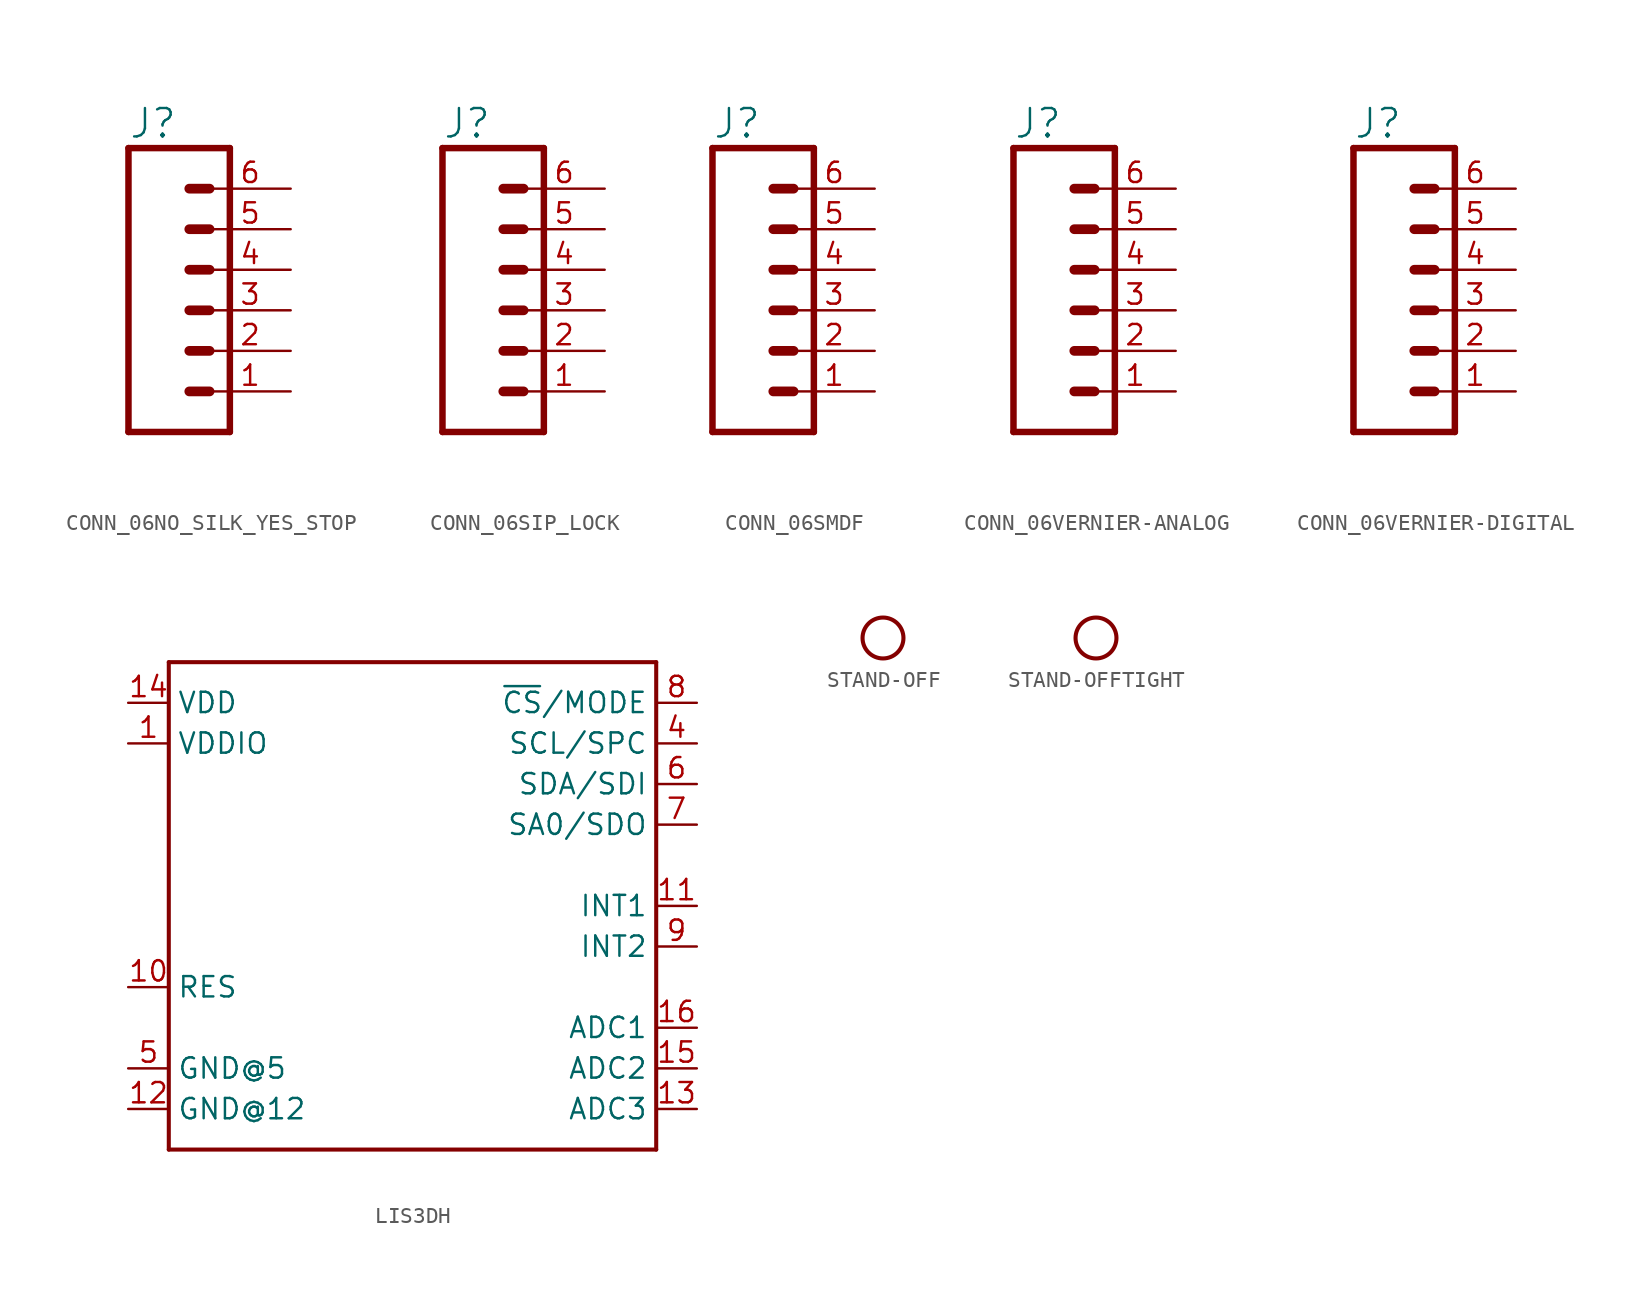
<source format=kicad_sym>
(kicad_symbol_lib
  (version 20220914)
  (generator kicad_symbol_editor)
  (symbol "CONN_06NO_SILK_YES_STOP"
    (property "Reference" "J"
      (at -5.08 10.668 0)
      (effects (font (size 1.778 1.778)) (justify left bottom)))
    (property "Value" ""
      (at -5.08 -9.906 0)
      (effects (font (size 1.778 1.778)) (justify left bottom)))
    (property "ki_locked" ""
      (at 0 0 0)
      (effects (font (size 1.27 1.27))))
    (symbol "CONN_06NO_SILK_YES_STOP_1_0"
      (polyline (pts (xy -5.08 10.16) (xy -5.08 -7.62)) (stroke (width 0.406) (type solid)) (fill (type none)))
      (polyline (pts (xy -5.08 10.16) (xy 1.27 10.16)) (stroke (width 0.406) (type solid)) (fill (type none)))
      (polyline (pts (xy -1.27 -5.08) (xy 0 -5.08)) (stroke (width 0.61) (type solid)) (fill (type none)))
      (polyline (pts (xy -1.27 -2.54) (xy 0 -2.54)) (stroke (width 0.61) (type solid)) (fill (type none)))
      (polyline (pts (xy -1.27 0) (xy 0 0)) (stroke (width 0.61) (type solid)) (fill (type none)))
      (polyline (pts (xy -1.27 2.54) (xy 0 2.54)) (stroke (width 0.61) (type solid)) (fill (type none)))
      (polyline (pts (xy -1.27 5.08) (xy 0 5.08)) (stroke (width 0.61) (type solid)) (fill (type none)))
      (polyline (pts (xy -1.27 7.62) (xy 0 7.62)) (stroke (width 0.61) (type solid)) (fill (type none)))
      (polyline (pts (xy 1.27 -7.62) (xy -5.08 -7.62)) (stroke (width 0.406) (type solid)) (fill (type none)))
      (polyline (pts (xy 1.27 -7.62) (xy 1.27 10.16)) (stroke (width 0.406) (type solid)) (fill (type none)))
      (pin passive line (at 5.08 -5.08 180) (length 5.08) (name "1" (effects (font (size 0 0)))) (number "1" (effects (font (size 1.27 1.27)))))
      (pin passive line (at 5.08 -2.54 180) (length 5.08) (name "2" (effects (font (size 0 0)))) (number "2" (effects (font (size 1.27 1.27)))))
      (pin passive line (at 5.08 0 180) (length 5.08) (name "3" (effects (font (size 0 0)))) (number "3" (effects (font (size 1.27 1.27)))))
      (pin passive line (at 5.08 2.54 180) (length 5.08) (name "4" (effects (font (size 0 0)))) (number "4" (effects (font (size 1.27 1.27)))))
      (pin passive line (at 5.08 5.08 180) (length 5.08) (name "5" (effects (font (size 0 0)))) (number "5" (effects (font (size 1.27 1.27)))))
      (pin passive line (at 5.08 7.62 180) (length 5.08) (name "6" (effects (font (size 0 0)))) (number "6" (effects (font (size 1.27 1.27)))))))
  (symbol "CONN_06SIP_LOCK"
    (property "Reference" "J"
      (at -5.08 10.668 0)
      (effects (font (size 1.778 1.778)) (justify left bottom)))
    (property "Value" ""
      (at -5.08 -9.906 0)
      (effects (font (size 1.778 1.778)) (justify left bottom)))
    (property "ki_locked" ""
      (at 0 0 0)
      (effects (font (size 1.27 1.27))))
    (symbol "CONN_06SIP_LOCK_1_0"
      (polyline (pts (xy -5.08 10.16) (xy -5.08 -7.62)) (stroke (width 0.406) (type solid)) (fill (type none)))
      (polyline (pts (xy -5.08 10.16) (xy 1.27 10.16)) (stroke (width 0.406) (type solid)) (fill (type none)))
      (polyline (pts (xy -1.27 -5.08) (xy 0 -5.08)) (stroke (width 0.61) (type solid)) (fill (type none)))
      (polyline (pts (xy -1.27 -2.54) (xy 0 -2.54)) (stroke (width 0.61) (type solid)) (fill (type none)))
      (polyline (pts (xy -1.27 0) (xy 0 0)) (stroke (width 0.61) (type solid)) (fill (type none)))
      (polyline (pts (xy -1.27 2.54) (xy 0 2.54)) (stroke (width 0.61) (type solid)) (fill (type none)))
      (polyline (pts (xy -1.27 5.08) (xy 0 5.08)) (stroke (width 0.61) (type solid)) (fill (type none)))
      (polyline (pts (xy -1.27 7.62) (xy 0 7.62)) (stroke (width 0.61) (type solid)) (fill (type none)))
      (polyline (pts (xy 1.27 -7.62) (xy -5.08 -7.62)) (stroke (width 0.406) (type solid)) (fill (type none)))
      (polyline (pts (xy 1.27 -7.62) (xy 1.27 10.16)) (stroke (width 0.406) (type solid)) (fill (type none)))
      (pin passive line (at 5.08 -5.08 180) (length 5.08) (name "1" (effects (font (size 0 0)))) (number "1" (effects (font (size 1.27 1.27)))))
      (pin passive line (at 5.08 -2.54 180) (length 5.08) (name "2" (effects (font (size 0 0)))) (number "2" (effects (font (size 1.27 1.27)))))
      (pin passive line (at 5.08 0 180) (length 5.08) (name "3" (effects (font (size 0 0)))) (number "3" (effects (font (size 1.27 1.27)))))
      (pin passive line (at 5.08 2.54 180) (length 5.08) (name "4" (effects (font (size 0 0)))) (number "4" (effects (font (size 1.27 1.27)))))
      (pin passive line (at 5.08 5.08 180) (length 5.08) (name "5" (effects (font (size 0 0)))) (number "5" (effects (font (size 1.27 1.27)))))
      (pin passive line (at 5.08 7.62 180) (length 5.08) (name "6" (effects (font (size 0 0)))) (number "6" (effects (font (size 1.27 1.27)))))))
  (symbol "CONN_06SMDF"
    (property "Reference" "J"
      (at -5.08 10.668 0)
      (effects (font (size 1.778 1.778)) (justify left bottom)))
    (property "Value" ""
      (at -5.08 -9.906 0)
      (effects (font (size 1.778 1.778)) (justify left bottom)))
    (property "ki_locked" ""
      (at 0 0 0)
      (effects (font (size 1.27 1.27))))
    (symbol "CONN_06SMDF_1_0"
      (polyline (pts (xy -5.08 10.16) (xy -5.08 -7.62)) (stroke (width 0.406) (type solid)) (fill (type none)))
      (polyline (pts (xy -5.08 10.16) (xy 1.27 10.16)) (stroke (width 0.406) (type solid)) (fill (type none)))
      (polyline (pts (xy -1.27 -5.08) (xy 0 -5.08)) (stroke (width 0.61) (type solid)) (fill (type none)))
      (polyline (pts (xy -1.27 -2.54) (xy 0 -2.54)) (stroke (width 0.61) (type solid)) (fill (type none)))
      (polyline (pts (xy -1.27 0) (xy 0 0)) (stroke (width 0.61) (type solid)) (fill (type none)))
      (polyline (pts (xy -1.27 2.54) (xy 0 2.54)) (stroke (width 0.61) (type solid)) (fill (type none)))
      (polyline (pts (xy -1.27 5.08) (xy 0 5.08)) (stroke (width 0.61) (type solid)) (fill (type none)))
      (polyline (pts (xy -1.27 7.62) (xy 0 7.62)) (stroke (width 0.61) (type solid)) (fill (type none)))
      (polyline (pts (xy 1.27 -7.62) (xy -5.08 -7.62)) (stroke (width 0.406) (type solid)) (fill (type none)))
      (polyline (pts (xy 1.27 -7.62) (xy 1.27 10.16)) (stroke (width 0.406) (type solid)) (fill (type none)))
      (pin passive line (at 5.08 -5.08 180) (length 5.08) (name "1" (effects (font (size 0 0)))) (number "1" (effects (font (size 1.27 1.27)))))
      (pin passive line (at 5.08 -2.54 180) (length 5.08) (name "2" (effects (font (size 0 0)))) (number "2" (effects (font (size 1.27 1.27)))))
      (pin passive line (at 5.08 0 180) (length 5.08) (name "3" (effects (font (size 0 0)))) (number "3" (effects (font (size 1.27 1.27)))))
      (pin passive line (at 5.08 2.54 180) (length 5.08) (name "4" (effects (font (size 0 0)))) (number "4" (effects (font (size 1.27 1.27)))))
      (pin passive line (at 5.08 5.08 180) (length 5.08) (name "5" (effects (font (size 0 0)))) (number "5" (effects (font (size 1.27 1.27)))))
      (pin passive line (at 5.08 7.62 180) (length 5.08) (name "6" (effects (font (size 0 0)))) (number "6" (effects (font (size 1.27 1.27)))))))
  (symbol "CONN_06VERNIER-ANALOG"
    (property "Reference" "J"
      (at -5.08 10.668 0)
      (effects (font (size 1.778 1.778)) (justify left bottom)))
    (property "Value" ""
      (at -5.08 -9.906 0)
      (effects (font (size 1.778 1.778)) (justify left bottom)))
    (property "ki_locked" ""
      (at 0 0 0)
      (effects (font (size 1.27 1.27))))
    (symbol "CONN_06VERNIER-ANALOG_1_0"
      (polyline (pts (xy -5.08 10.16) (xy -5.08 -7.62)) (stroke (width 0.406) (type solid)) (fill (type none)))
      (polyline (pts (xy -5.08 10.16) (xy 1.27 10.16)) (stroke (width 0.406) (type solid)) (fill (type none)))
      (polyline (pts (xy -1.27 -5.08) (xy 0 -5.08)) (stroke (width 0.61) (type solid)) (fill (type none)))
      (polyline (pts (xy -1.27 -2.54) (xy 0 -2.54)) (stroke (width 0.61) (type solid)) (fill (type none)))
      (polyline (pts (xy -1.27 0) (xy 0 0)) (stroke (width 0.61) (type solid)) (fill (type none)))
      (polyline (pts (xy -1.27 2.54) (xy 0 2.54)) (stroke (width 0.61) (type solid)) (fill (type none)))
      (polyline (pts (xy -1.27 5.08) (xy 0 5.08)) (stroke (width 0.61) (type solid)) (fill (type none)))
      (polyline (pts (xy -1.27 7.62) (xy 0 7.62)) (stroke (width 0.61) (type solid)) (fill (type none)))
      (polyline (pts (xy 1.27 -7.62) (xy -5.08 -7.62)) (stroke (width 0.406) (type solid)) (fill (type none)))
      (polyline (pts (xy 1.27 -7.62) (xy 1.27 10.16)) (stroke (width 0.406) (type solid)) (fill (type none)))
      (pin passive line (at 5.08 -5.08 180) (length 5.08) (name "1" (effects (font (size 0 0)))) (number "1" (effects (font (size 1.27 1.27)))))
      (pin passive line (at 5.08 -2.54 180) (length 5.08) (name "2" (effects (font (size 0 0)))) (number "2" (effects (font (size 1.27 1.27)))))
      (pin passive line (at 5.08 0 180) (length 5.08) (name "3" (effects (font (size 0 0)))) (number "3" (effects (font (size 1.27 1.27)))))
      (pin passive line (at 5.08 2.54 180) (length 5.08) (name "4" (effects (font (size 0 0)))) (number "4" (effects (font (size 1.27 1.27)))))
      (pin passive line (at 5.08 5.08 180) (length 5.08) (name "5" (effects (font (size 0 0)))) (number "5" (effects (font (size 1.27 1.27)))))
      (pin passive line (at 5.08 7.62 180) (length 5.08) (name "6" (effects (font (size 0 0)))) (number "6" (effects (font (size 1.27 1.27)))))))
  (symbol "CONN_06VERNIER-DIGITAL"
    (property "Reference" "J"
      (at -5.08 10.668 0)
      (effects (font (size 1.778 1.778)) (justify left bottom)))
    (property "Value" ""
      (at -5.08 -9.906 0)
      (effects (font (size 1.778 1.778)) (justify left bottom)))
    (property "ki_locked" ""
      (at 0 0 0)
      (effects (font (size 1.27 1.27))))
    (symbol "CONN_06VERNIER-DIGITAL_1_0"
      (polyline (pts (xy -5.08 10.16) (xy -5.08 -7.62)) (stroke (width 0.406) (type solid)) (fill (type none)))
      (polyline (pts (xy -5.08 10.16) (xy 1.27 10.16)) (stroke (width 0.406) (type solid)) (fill (type none)))
      (polyline (pts (xy -1.27 -5.08) (xy 0 -5.08)) (stroke (width 0.61) (type solid)) (fill (type none)))
      (polyline (pts (xy -1.27 -2.54) (xy 0 -2.54)) (stroke (width 0.61) (type solid)) (fill (type none)))
      (polyline (pts (xy -1.27 0) (xy 0 0)) (stroke (width 0.61) (type solid)) (fill (type none)))
      (polyline (pts (xy -1.27 2.54) (xy 0 2.54)) (stroke (width 0.61) (type solid)) (fill (type none)))
      (polyline (pts (xy -1.27 5.08) (xy 0 5.08)) (stroke (width 0.61) (type solid)) (fill (type none)))
      (polyline (pts (xy -1.27 7.62) (xy 0 7.62)) (stroke (width 0.61) (type solid)) (fill (type none)))
      (polyline (pts (xy 1.27 -7.62) (xy -5.08 -7.62)) (stroke (width 0.406) (type solid)) (fill (type none)))
      (polyline (pts (xy 1.27 -7.62) (xy 1.27 10.16)) (stroke (width 0.406) (type solid)) (fill (type none)))
      (pin passive line (at 5.08 -5.08 180) (length 5.08) (name "1" (effects (font (size 0 0)))) (number "1" (effects (font (size 1.27 1.27)))))
      (pin passive line (at 5.08 -2.54 180) (length 5.08) (name "2" (effects (font (size 0 0)))) (number "2" (effects (font (size 1.27 1.27)))))
      (pin passive line (at 5.08 0 180) (length 5.08) (name "3" (effects (font (size 0 0)))) (number "3" (effects (font (size 1.27 1.27)))))
      (pin passive line (at 5.08 2.54 180) (length 5.08) (name "4" (effects (font (size 0 0)))) (number "4" (effects (font (size 1.27 1.27)))))
      (pin passive line (at 5.08 5.08 180) (length 5.08) (name "5" (effects (font (size 0 0)))) (number "5" (effects (font (size 1.27 1.27)))))
      (pin passive line (at 5.08 7.62 180) (length 5.08) (name "6" (effects (font (size 0 0)))) (number "6" (effects (font (size 1.27 1.27)))))))
  (symbol "LIS3DH"
    (property "Reference" "U"
      (at -15.24 15.494 0)
      (effects (font (size 1.778 1.778)) (justify left bottom) hide))
    (property "ki_locked" ""
      (at 0 0 0)
      (effects (font (size 1.27 1.27))))
    (symbol "LIS3DH_1_0"
      (polyline (pts (xy -15.24 -15.24) (xy -15.24 15.24)) (stroke (width 0.254) (type solid)) (fill (type none)))
      (polyline (pts (xy -15.24 15.24) (xy 15.24 15.24)) (stroke (width 0.254) (type solid)) (fill (type none)))
      (polyline (pts (xy 15.24 -15.24) (xy -15.24 -15.24)) (stroke (width 0.254) (type solid)) (fill (type none)))
      (polyline (pts (xy 15.24 15.24) (xy 15.24 -15.24)) (stroke (width 0.254) (type solid)) (fill (type none)))
      (pin bidirectional line (at -17.78 10.16 0) (length 2.54) (name "VDDIO" (effects (font (size 1.27 1.27)))) (number "1" (effects (font (size 1.27 1.27)))))
      (pin bidirectional line (at -17.78 -5.08 0) (length 2.54) (name "RES" (effects (font (size 1.27 1.27)))) (number "10" (effects (font (size 1.27 1.27)))))
      (pin bidirectional line (at 17.78 0 180) (length 2.54) (name "INT1" (effects (font (size 1.27 1.27)))) (number "11" (effects (font (size 1.27 1.27)))))
      (pin bidirectional line (at -17.78 -12.7 0) (length 2.54) (name "GND@12" (effects (font (size 1.27 1.27)))) (number "12" (effects (font (size 1.27 1.27)))))
      (pin bidirectional line (at 17.78 -12.7 180) (length 2.54) (name "ADC3" (effects (font (size 1.27 1.27)))) (number "13" (effects (font (size 1.27 1.27)))))
      (pin bidirectional line (at -17.78 12.7 0) (length 2.54) (name "VDD" (effects (font (size 1.27 1.27)))) (number "14" (effects (font (size 1.27 1.27)))))
      (pin bidirectional line (at 17.78 -10.16 180) (length 2.54) (name "ADC2" (effects (font (size 1.27 1.27)))) (number "15" (effects (font (size 1.27 1.27)))))
      (pin bidirectional line (at 17.78 -7.62 180) (length 2.54) (name "ADC1" (effects (font (size 1.27 1.27)))) (number "16" (effects (font (size 1.27 1.27)))))
      (pin bidirectional line (at 17.78 10.16 180) (length 2.54) (name "SCL/SPC" (effects (font (size 1.27 1.27)))) (number "4" (effects (font (size 1.27 1.27)))))
      (pin bidirectional line (at -17.78 -10.16 0) (length 2.54) (name "GND@5" (effects (font (size 1.27 1.27)))) (number "5" (effects (font (size 1.27 1.27)))))
      (pin bidirectional line (at 17.78 7.62 180) (length 2.54) (name "SDA/SDI" (effects (font (size 1.27 1.27)))) (number "6" (effects (font (size 1.27 1.27)))))
      (pin bidirectional line (at 17.78 5.08 180) (length 2.54) (name "SA0/SDO" (effects (font (size 1.27 1.27)))) (number "7" (effects (font (size 1.27 1.27)))))
      (pin bidirectional line (at 17.78 12.7 180) (length 2.54) (name "~{CS}/MODE" (effects (font (size 1.27 1.27)))) (number "8" (effects (font (size 1.27 1.27)))))
      (pin bidirectional line (at 17.78 -2.54 180) (length 2.54) (name "INT2" (effects (font (size 1.27 1.27)))) (number "9" (effects (font (size 1.27 1.27)))))))
  (symbol "STAND-OFF"
    (property "Reference" "JP"
      (at 0 0 0)
      (effects (font (size 1.27 1.27)) hide))
    (property "ki_locked" ""
      (at 0 0 0)
      (effects (font (size 1.27 1.27))))
    (symbol "STAND-OFF_1_0"
      (circle (center 0 0) (radius 1.27) (stroke (width 0.254) (type solid)) (fill (type none)))))
  (symbol "STAND-OFFTIGHT"
    (property "Reference" "JP"
      (at 0 0 0)
      (effects (font (size 1.27 1.27)) hide))
    (property "ki_locked" ""
      (at 0 0 0)
      (effects (font (size 1.27 1.27))))
    (symbol "STAND-OFFTIGHT_1_0"
      (circle (center 0 0) (radius 1.27) (stroke (width 0.254) (type solid)) (fill (type none))))))
</source>
